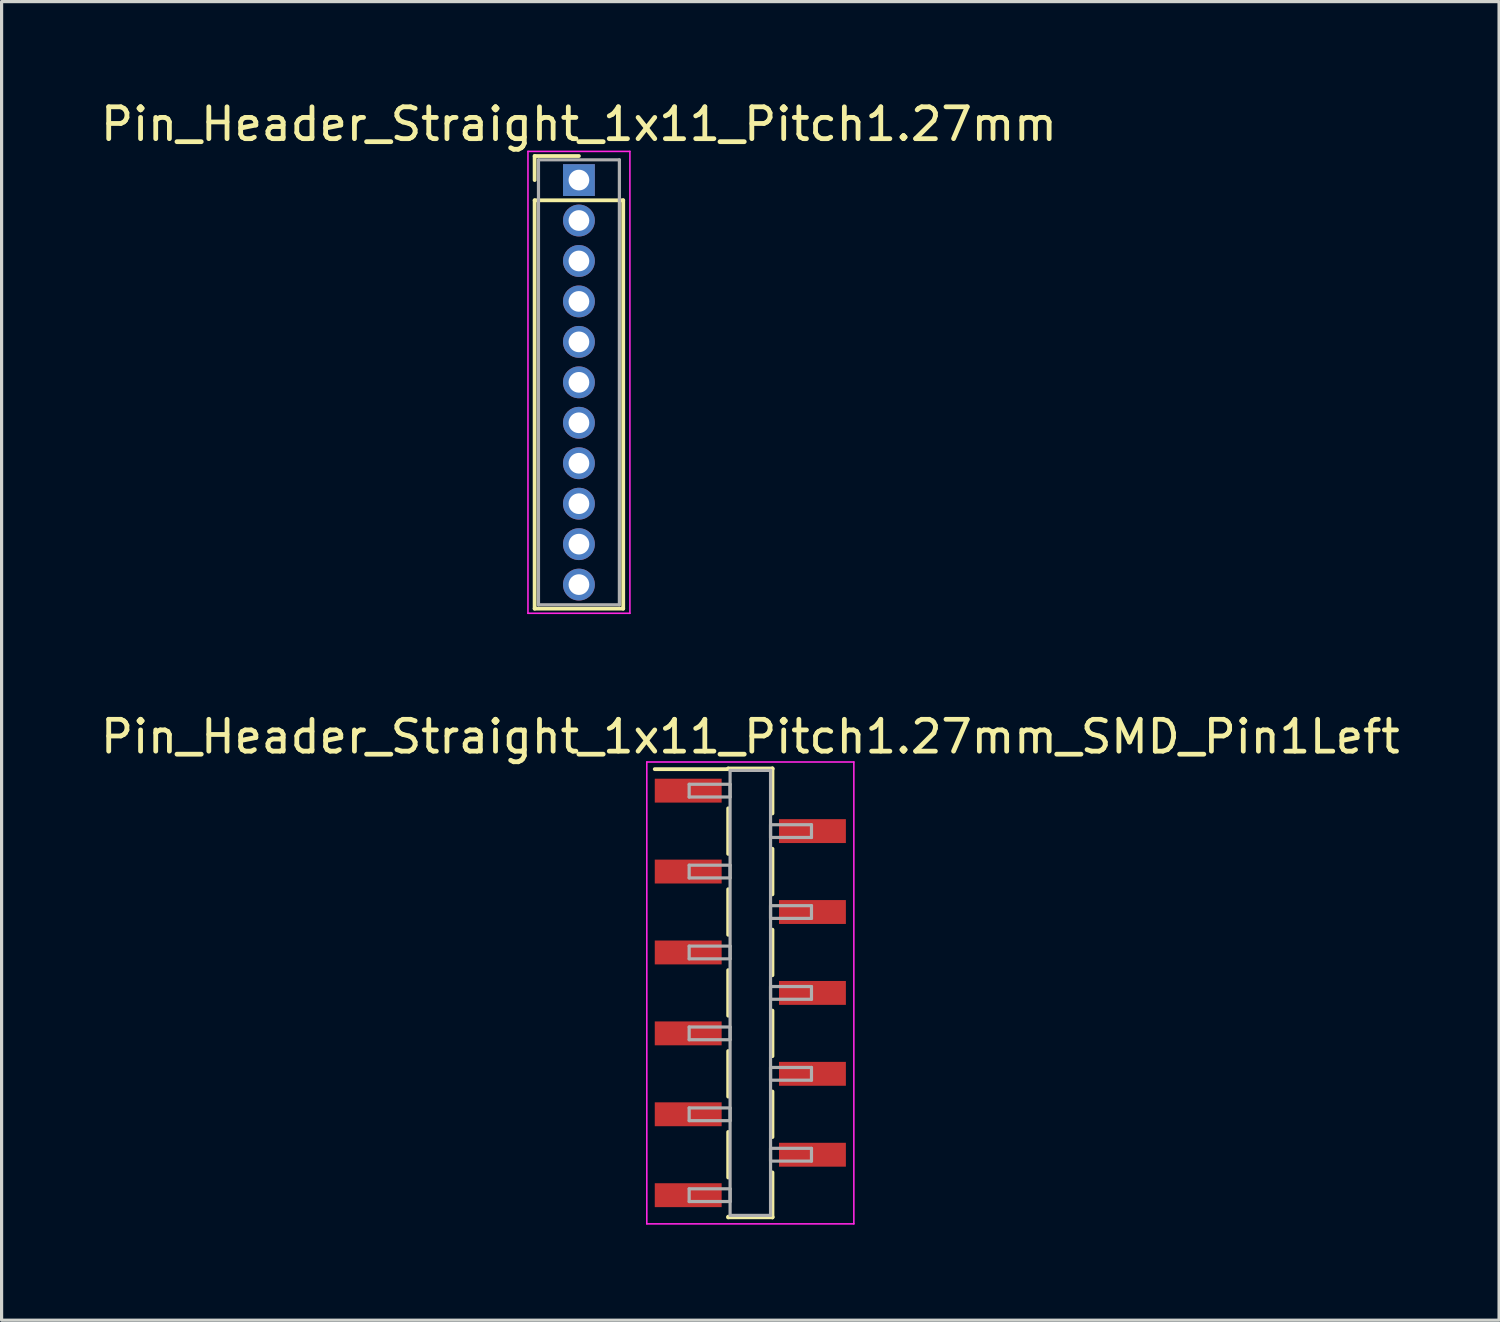
<source format=kicad_pcb>
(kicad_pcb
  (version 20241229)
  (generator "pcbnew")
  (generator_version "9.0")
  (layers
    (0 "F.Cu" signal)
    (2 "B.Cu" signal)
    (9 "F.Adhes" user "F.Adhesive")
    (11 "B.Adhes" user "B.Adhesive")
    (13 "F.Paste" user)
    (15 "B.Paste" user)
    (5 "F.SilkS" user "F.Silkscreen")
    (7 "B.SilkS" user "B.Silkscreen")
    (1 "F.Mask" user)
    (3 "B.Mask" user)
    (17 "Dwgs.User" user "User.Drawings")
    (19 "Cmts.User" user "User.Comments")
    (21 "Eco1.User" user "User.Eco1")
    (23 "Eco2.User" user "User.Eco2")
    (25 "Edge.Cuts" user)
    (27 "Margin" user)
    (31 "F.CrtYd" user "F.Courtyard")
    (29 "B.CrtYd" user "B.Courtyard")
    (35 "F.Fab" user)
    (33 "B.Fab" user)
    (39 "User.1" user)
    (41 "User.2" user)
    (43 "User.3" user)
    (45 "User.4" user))
  (footprint "Pin_Header_Straight_1x11_Pitch1.27mm_SMD_Pin1Left"
    (layer "F.Cu")
    (at 20.506 28.122)
    (property "Reference" "Pin_Header_Straight_1x11_Pitch1.27mm_SMD_Pin1Left" (at 0 -8.045 0) (layer "F.SilkS") (effects (font (size 1 1) (thickness 0.15))))
    (attr smd)
    (fp_line (start -0.695 -7.045) (end 0.695 -7.045) (stroke (width 0.12) (type solid)) (layer "F.SilkS"))
    (fp_line (start -0.695 -7.025) (end -3 -7.025) (stroke (width 0.12) (type solid)) (layer "F.SilkS"))
    (fp_line (start -0.695 -7.025) (end -0.695 -7.045) (stroke (width 0.12) (type solid)) (layer "F.SilkS"))
    (fp_line (start -0.695 -5.795) (end -0.695 -4.365) (stroke (width 0.12) (type solid)) (layer "F.SilkS"))
    (fp_line (start -0.695 -3.255) (end -0.695 -1.825) (stroke (width 0.12) (type solid)) (layer "F.SilkS"))
    (fp_line (start -0.695 -0.715) (end -0.695 0.715) (stroke (width 0.12) (type solid)) (layer "F.SilkS"))
    (fp_line (start -0.695 1.825) (end -0.695 3.255) (stroke (width 0.12) (type solid)) (layer "F.SilkS"))
    (fp_line (start -0.695 4.365) (end -0.695 5.795) (stroke (width 0.12) (type solid)) (layer "F.SilkS"))
    (fp_line (start -0.695 7.025) (end -0.695 7.045) (stroke (width 0.12) (type solid)) (layer "F.SilkS"))
    (fp_line (start -0.695 7.045) (end 0.695 7.045) (stroke (width 0.12) (type solid)) (layer "F.SilkS"))
    (fp_line (start 0.695 -7.045) (end 0.695 -7.025) (stroke (width 0.12) (type solid)) (layer "F.SilkS"))
    (fp_line (start 0.695 -7.045) (end 0.695 -5.635) (stroke (width 0.12) (type solid)) (layer "F.SilkS"))
    (fp_line (start 0.695 -4.525) (end 0.695 -3.095) (stroke (width 0.12) (type solid)) (layer "F.SilkS"))
    (fp_line (start 0.695 -1.985) (end 0.695 -0.555) (stroke (width 0.12) (type solid)) (layer "F.SilkS"))
    (fp_line (start 0.695 0.555) (end 0.695 1.985) (stroke (width 0.12) (type solid)) (layer "F.SilkS"))
    (fp_line (start 0.695 3.095) (end 0.695 4.525) (stroke (width 0.12) (type solid)) (layer "F.SilkS"))
    (fp_line (start 0.695 5.635) (end 0.695 7.045) (stroke (width 0.12) (type solid)) (layer "F.SilkS"))
    (fp_line (start 0.695 7.045) (end 0.695 7.025) (stroke (width 0.12) (type solid)) (layer "F.SilkS"))
    (fp_line (start -3.25 -7.25) (end -3.25 7.25) (stroke (width 0.05) (type solid)) (layer "F.CrtYd"))
    (fp_line (start -3.25 7.25) (end 3.25 7.25) (stroke (width 0.05) (type solid)) (layer "F.CrtYd"))
    (fp_line (start 3.25 -7.25) (end -3.25 -7.25) (stroke (width 0.05) (type solid)) (layer "F.CrtYd"))
    (fp_line (start 3.25 7.25) (end 3.25 -7.25) (stroke (width 0.05) (type solid)) (layer "F.CrtYd"))
    (fp_line (start -1.92 -6.55) (end -0.635 -6.55) (stroke (width 0.1) (type solid)) (layer "F.Fab"))
    (fp_line (start -1.92 -6.15) (end -1.92 -6.55) (stroke (width 0.1) (type solid)) (layer "F.Fab"))
    (fp_line (start -1.92 -4.01) (end -0.635 -4.01) (stroke (width 0.1) (type solid)) (layer "F.Fab"))
    (fp_line (start -1.92 -3.61) (end -1.92 -4.01) (stroke (width 0.1) (type solid)) (layer "F.Fab"))
    (fp_line (start -1.92 -1.47) (end -0.635 -1.47) (stroke (width 0.1) (type solid)) (layer "F.Fab"))
    (fp_line (start -1.92 -1.07) (end -1.92 -1.47) (stroke (width 0.1) (type solid)) (layer "F.Fab"))
    (fp_line (start -1.92 1.07) (end -0.635 1.07) (stroke (width 0.1) (type solid)) (layer "F.Fab"))
    (fp_line (start -1.92 1.47) (end -1.92 1.07) (stroke (width 0.1) (type solid)) (layer "F.Fab"))
    (fp_line (start -1.92 3.61) (end -0.635 3.61) (stroke (width 0.1) (type solid)) (layer "F.Fab"))
    (fp_line (start -1.92 4.01) (end -1.92 3.61) (stroke (width 0.1) (type solid)) (layer "F.Fab"))
    (fp_line (start -1.92 6.15) (end -0.635 6.15) (stroke (width 0.1) (type solid)) (layer "F.Fab"))
    (fp_line (start -1.92 6.55) (end -1.92 6.15) (stroke (width 0.1) (type solid)) (layer "F.Fab"))
    (fp_line (start -0.635 -6.985) (end -0.635 6.985) (stroke (width 0.1) (type solid)) (layer "F.Fab"))
    (fp_line (start -0.635 -6.55) (end -0.635 -6.15) (stroke (width 0.1) (type solid)) (layer "F.Fab"))
    (fp_line (start -0.635 -6.15) (end -1.92 -6.15) (stroke (width 0.1) (type solid)) (layer "F.Fab"))
    (fp_line (start -0.635 -4.01) (end -0.635 -3.61) (stroke (width 0.1) (type solid)) (layer "F.Fab"))
    (fp_line (start -0.635 -3.61) (end -1.92 -3.61) (stroke (width 0.1) (type solid)) (layer "F.Fab"))
    (fp_line (start -0.635 -1.47) (end -0.635 -1.07) (stroke (width 0.1) (type solid)) (layer "F.Fab"))
    (fp_line (start -0.635 -1.07) (end -1.92 -1.07) (stroke (width 0.1) (type solid)) (layer "F.Fab"))
    (fp_line (start -0.635 1.07) (end -0.635 1.47) (stroke (width 0.1) (type solid)) (layer "F.Fab"))
    (fp_line (start -0.635 1.47) (end -1.92 1.47) (stroke (width 0.1) (type solid)) (layer "F.Fab"))
    (fp_line (start -0.635 3.61) (end -0.635 4.01) (stroke (width 0.1) (type solid)) (layer "F.Fab"))
    (fp_line (start -0.635 4.01) (end -1.92 4.01) (stroke (width 0.1) (type solid)) (layer "F.Fab"))
    (fp_line (start -0.635 6.15) (end -0.635 6.55) (stroke (width 0.1) (type solid)) (layer "F.Fab"))
    (fp_line (start -0.635 6.55) (end -1.92 6.55) (stroke (width 0.1) (type solid)) (layer "F.Fab"))
    (fp_line (start -0.635 6.985) (end 0.635 6.985) (stroke (width 0.1) (type solid)) (layer "F.Fab"))
    (fp_line (start 0.635 -6.985) (end -0.635 -6.985) (stroke (width 0.1) (type solid)) (layer "F.Fab"))
    (fp_line (start 0.635 -5.28) (end 0.635 -4.88) (stroke (width 0.1) (type solid)) (layer "F.Fab"))
    (fp_line (start 0.635 -4.88) (end 1.92 -4.88) (stroke (width 0.1) (type solid)) (layer "F.Fab"))
    (fp_line (start 0.635 -2.74) (end 0.635 -2.34) (stroke (width 0.1) (type solid)) (layer "F.Fab"))
    (fp_line (start 0.635 -2.34) (end 1.92 -2.34) (stroke (width 0.1) (type solid)) (layer "F.Fab"))
    (fp_line (start 0.635 -0.2) (end 0.635 0.2) (stroke (width 0.1) (type solid)) (layer "F.Fab"))
    (fp_line (start 0.635 0.2) (end 1.92 0.2) (stroke (width 0.1) (type solid)) (layer "F.Fab"))
    (fp_line (start 0.635 2.34) (end 0.635 2.74) (stroke (width 0.1) (type solid)) (layer "F.Fab"))
    (fp_line (start 0.635 2.74) (end 1.92 2.74) (stroke (width 0.1) (type solid)) (layer "F.Fab"))
    (fp_line (start 0.635 4.88) (end 0.635 5.28) (stroke (width 0.1) (type solid)) (layer "F.Fab"))
    (fp_line (start 0.635 5.28) (end 1.92 5.28) (stroke (width 0.1) (type solid)) (layer "F.Fab"))
    (fp_line (start 0.635 6.985) (end 0.635 -6.985) (stroke (width 0.1) (type solid)) (layer "F.Fab"))
    (fp_line (start 1.92 -5.28) (end 0.635 -5.28) (stroke (width 0.1) (type solid)) (layer "F.Fab"))
    (fp_line (start 1.92 -4.88) (end 1.92 -5.28) (stroke (width 0.1) (type solid)) (layer "F.Fab"))
    (fp_line (start 1.92 -2.74) (end 0.635 -2.74) (stroke (width 0.1) (type solid)) (layer "F.Fab"))
    (fp_line (start 1.92 -2.34) (end 1.92 -2.74) (stroke (width 0.1) (type solid)) (layer "F.Fab"))
    (fp_line (start 1.92 -0.2) (end 0.635 -0.2) (stroke (width 0.1) (type solid)) (layer "F.Fab"))
    (fp_line (start 1.92 0.2) (end 1.92 -0.2) (stroke (width 0.1) (type solid)) (layer "F.Fab"))
    (fp_line (start 1.92 2.34) (end 0.635 2.34) (stroke (width 0.1) (type solid)) (layer "F.Fab"))
    (fp_line (start 1.92 2.74) (end 1.92 2.34) (stroke (width 0.1) (type solid)) (layer "F.Fab"))
    (fp_line (start 1.92 4.88) (end 0.635 4.88) (stroke (width 0.1) (type solid)) (layer "F.Fab"))
    (fp_line (start 1.92 5.28) (end 1.92 4.88) (stroke (width 0.1) (type solid)) (layer "F.Fab"))
    (pad "1" smd rect (at -1.95 -6.35) (size 2.1 0.75) (layers "F.Cu" "F.Mask"))
    (pad "2" smd rect (at 1.95 -5.08) (size 2.1 0.75) (layers "F.Cu" "F.Mask"))
    (pad "3" smd rect (at -1.95 -3.81) (size 2.1 0.75) (layers "F.Cu" "F.Mask"))
    (pad "4" smd rect (at 1.95 -2.54) (size 2.1 0.75) (layers "F.Cu" "F.Mask"))
    (pad "5" smd rect (at -1.95 -1.27) (size 2.1 0.75) (layers "F.Cu" "F.Mask"))
    (pad "6" smd rect (at 1.95 0) (size 2.1 0.75) (layers "F.Cu" "F.Mask"))
    (pad "7" smd rect (at -1.95 1.27) (size 2.1 0.75) (layers "F.Cu" "F.Mask"))
    (pad "8" smd rect (at 1.95 2.54) (size 2.1 0.75) (layers "F.Cu" "F.Mask"))
    (pad "9" smd rect (at -1.95 3.81) (size 2.1 0.75) (layers "F.Cu" "F.Mask"))
    (pad "10" smd rect (at 1.95 5.08) (size 2.1 0.75) (layers "F.Cu" "F.Mask"))
    (pad "11" smd rect (at -1.95 6.35) (size 2.1 0.75) (layers "F.Cu" "F.Mask")))
  (footprint "Pin_Header_Straight_1x11_Pitch1.27mm"
    (layer "F.Cu")
    (at 15.125 2.603)
    (property "Reference" "Pin_Header_Straight_1x11_Pitch1.27mm" (at 0 -1.755 0) (layer "F.SilkS") (effects (font (size 1 1) (thickness 0.15))))
    (attr through_hole)
    (fp_line (start -1.39 -0.755) (end 0 -0.755) (stroke (width 0.12) (type solid)) (layer "F.SilkS"))
    (fp_line (start -1.39 0) (end -1.39 -0.755) (stroke (width 0.12) (type solid)) (layer "F.SilkS"))
    (fp_line (start -1.39 0.635) (end -1.39 13.455) (stroke (width 0.12) (type solid)) (layer "F.SilkS"))
    (fp_line (start -1.39 13.455) (end 1.39 13.455) (stroke (width 0.12) (type solid)) (layer "F.SilkS"))
    (fp_line (start 1.39 0.635) (end -1.39 0.635) (stroke (width 0.12) (type solid)) (layer "F.SilkS"))
    (fp_line (start 1.39 13.455) (end 1.39 0.635) (stroke (width 0.12) (type solid)) (layer "F.SilkS"))
    (fp_line (start -1.6 -0.9) (end -1.6 13.6) (stroke (width 0.05) (type solid)) (layer "F.CrtYd"))
    (fp_line (start -1.6 13.6) (end 1.6 13.6) (stroke (width 0.05) (type solid)) (layer "F.CrtYd"))
    (fp_line (start 1.6 -0.9) (end -1.6 -0.9) (stroke (width 0.05) (type solid)) (layer "F.CrtYd"))
    (fp_line (start 1.6 13.6) (end 1.6 -0.9) (stroke (width 0.05) (type solid)) (layer "F.CrtYd"))
    (fp_line (start -1.27 -0.635) (end -1.27 13.335) (stroke (width 0.1) (type solid)) (layer "F.Fab"))
    (fp_line (start -1.27 13.335) (end 1.27 13.335) (stroke (width 0.1) (type solid)) (layer "F.Fab"))
    (fp_line (start 1.27 -0.635) (end -1.27 -0.635) (stroke (width 0.1) (type solid)) (layer "F.Fab"))
    (fp_line (start 1.27 13.335) (end 1.27 -0.635) (stroke (width 0.1) (type solid)) (layer "F.Fab"))
    (pad "1" thru_hole rect (at 0 0) (size 1 1) (drill 0.65) (layers "*.Cu" "*.Mask"))
    (pad "2" thru_hole oval (at 0 1.27) (size 1 1) (drill 0.65) (layers "*.Cu" "*.Mask"))
    (pad "3" thru_hole oval (at 0 2.54) (size 1 1) (drill 0.65) (layers "*.Cu" "*.Mask"))
    (pad "4" thru_hole oval (at 0 3.81) (size 1 1) (drill 0.65) (layers "*.Cu" "*.Mask"))
    (pad "5" thru_hole oval (at 0 5.08) (size 1 1) (drill 0.65) (layers "*.Cu" "*.Mask"))
    (pad "6" thru_hole oval (at 0 6.35) (size 1 1) (drill 0.65) (layers "*.Cu" "*.Mask"))
    (pad "7" thru_hole oval (at 0 7.62) (size 1 1) (drill 0.65) (layers "*.Cu" "*.Mask"))
    (pad "8" thru_hole oval (at 0 8.89) (size 1 1) (drill 0.65) (layers "*.Cu" "*.Mask"))
    (pad "9" thru_hole oval (at 0 10.16) (size 1 1) (drill 0.65) (layers "*.Cu" "*.Mask"))
    (pad "10" thru_hole oval (at 0 11.43) (size 1 1) (drill 0.65) (layers "*.Cu" "*.Mask"))
    (pad "11" thru_hole oval (at 0 12.7) (size 1 1) (drill 0.65) (layers "*.Cu" "*.Mask")))
  (gr_rect
    (start -3 -3)
    (end 44.012 38.397)
    (stroke (width 0.1) (type default))
    (fill no)
    (layer "Edge.Cuts")))
</source>
